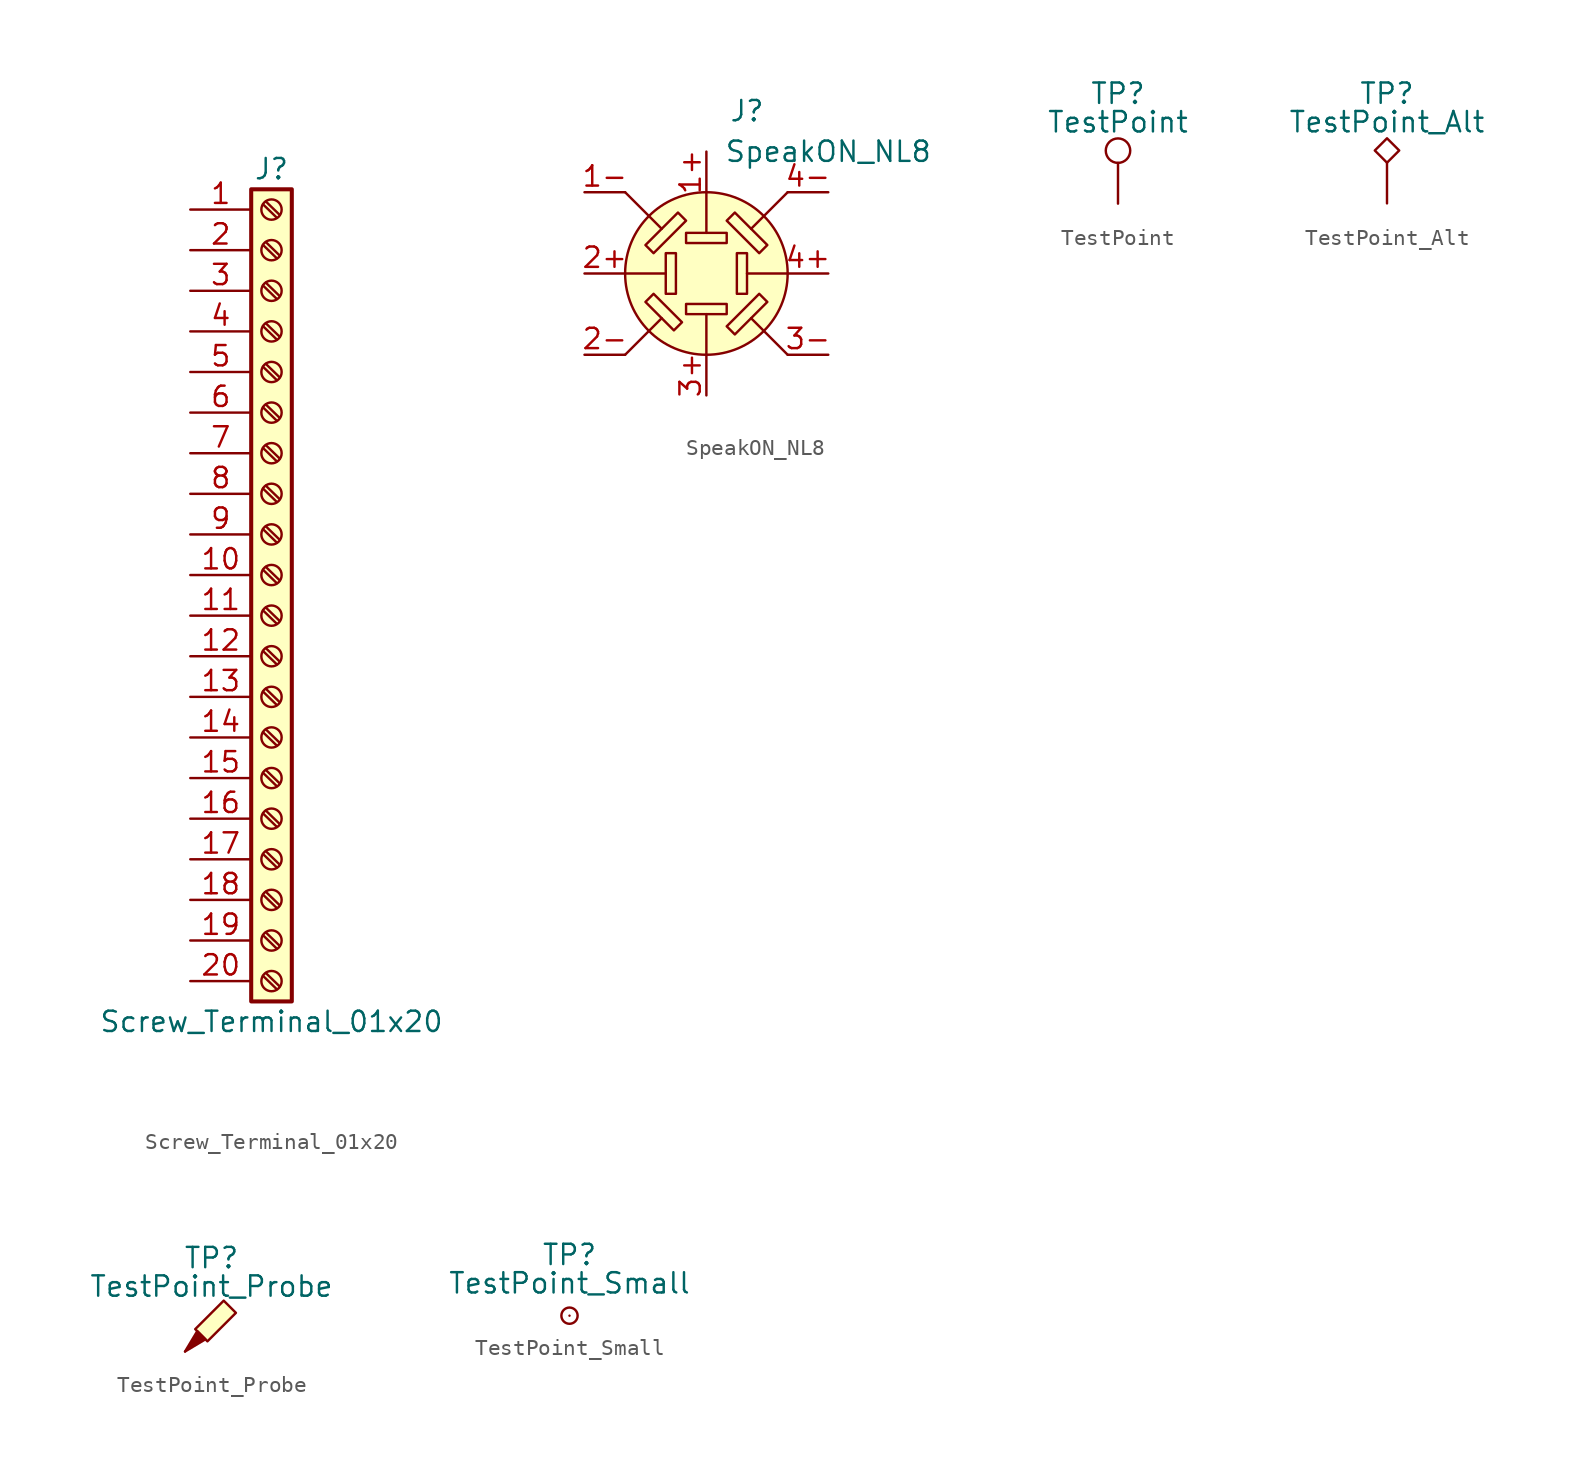
<source format=kicad_sym>
(kicad_symbol_lib
  (version 20211014)
  (generator kicad_symbol_editor)
  (symbol "Screw_Terminal_01x20"
    (pin_names
      (offset 1.016) hide)
    (property "Reference" "J"
      (at 0 25.4 0)
      (effects (font (size 1.27 1.27))))
    (property "Value" "Screw_Terminal_01x20"
      (at 0 -27.94 0)
      (effects (font (size 1.27 1.27))))
    (symbol "Screw_Terminal_01x20_1_1"
      (rectangle (start -1.27 24.13) (end 1.27 -26.67) (stroke (width 0.254) (type default) (color 0 0 0 0)) (fill (type background)))
      (circle (center 0 -25.4) (radius 0.635) (stroke (width 0.152) (type default) (color 0 0 0 0)) (fill (type none)))
      (circle (center 0 -22.86) (radius 0.635) (stroke (width 0.152) (type default) (color 0 0 0 0)) (fill (type none)))
      (circle (center 0 -20.32) (radius 0.635) (stroke (width 0.152) (type default) (color 0 0 0 0)) (fill (type none)))
      (circle (center 0 -17.78) (radius 0.635) (stroke (width 0.152) (type default) (color 0 0 0 0)) (fill (type none)))
      (circle (center 0 -15.24) (radius 0.635) (stroke (width 0.152) (type default) (color 0 0 0 0)) (fill (type none)))
      (circle (center 0 -12.7) (radius 0.635) (stroke (width 0.152) (type default) (color 0 0 0 0)) (fill (type none)))
      (circle (center 0 -10.16) (radius 0.635) (stroke (width 0.152) (type default) (color 0 0 0 0)) (fill (type none)))
      (circle (center 0 -7.62) (radius 0.635) (stroke (width 0.152) (type default) (color 0 0 0 0)) (fill (type none)))
      (circle (center 0 -5.08) (radius 0.635) (stroke (width 0.152) (type default) (color 0 0 0 0)) (fill (type none)))
      (circle (center 0 -2.54) (radius 0.635) (stroke (width 0.152) (type default) (color 0 0 0 0)) (fill (type none)))
      (polyline (pts (xy -0.533 -25.07) (xy 0.33 -25.908)) (stroke (width 0.152) (type default) (color 0 0 0 0)) (fill (type none)))
      (polyline (pts (xy -0.533 -22.53) (xy 0.33 -23.368)) (stroke (width 0.152) (type default) (color 0 0 0 0)) (fill (type none)))
      (polyline (pts (xy -0.533 -19.99) (xy 0.33 -20.828)) (stroke (width 0.152) (type default) (color 0 0 0 0)) (fill (type none)))
      (polyline (pts (xy -0.533 -17.45) (xy 0.33 -18.288)) (stroke (width 0.152) (type default) (color 0 0 0 0)) (fill (type none)))
      (polyline (pts (xy -0.533 -14.91) (xy 0.33 -15.748)) (stroke (width 0.152) (type default) (color 0 0 0 0)) (fill (type none)))
      (polyline (pts (xy -0.533 -12.37) (xy 0.33 -13.208)) (stroke (width 0.152) (type default) (color 0 0 0 0)) (fill (type none)))
      (polyline (pts (xy -0.533 -9.83) (xy 0.33 -10.668)) (stroke (width 0.152) (type default) (color 0 0 0 0)) (fill (type none)))
      (polyline (pts (xy -0.533 -7.29) (xy 0.33 -8.128)) (stroke (width 0.152) (type default) (color 0 0 0 0)) (fill (type none)))
      (polyline (pts (xy -0.533 -4.75) (xy 0.33 -5.588)) (stroke (width 0.152) (type default) (color 0 0 0 0)) (fill (type none)))
      (polyline (pts (xy -0.533 -2.21) (xy 0.33 -3.048)) (stroke (width 0.152) (type default) (color 0 0 0 0)) (fill (type none)))
      (polyline (pts (xy -0.533 0.33) (xy 0.33 -0.508)) (stroke (width 0.152) (type default) (color 0 0 0 0)) (fill (type none)))
      (polyline (pts (xy -0.533 2.87) (xy 0.33 2.032)) (stroke (width 0.152) (type default) (color 0 0 0 0)) (fill (type none)))
      (polyline (pts (xy -0.533 5.41) (xy 0.33 4.572)) (stroke (width 0.152) (type default) (color 0 0 0 0)) (fill (type none)))
      (polyline (pts (xy -0.533 7.95) (xy 0.33 7.112)) (stroke (width 0.152) (type default) (color 0 0 0 0)) (fill (type none)))
      (polyline (pts (xy -0.533 10.49) (xy 0.33 9.652)) (stroke (width 0.152) (type default) (color 0 0 0 0)) (fill (type none)))
      (polyline (pts (xy -0.533 13.03) (xy 0.33 12.192)) (stroke (width 0.152) (type default) (color 0 0 0 0)) (fill (type none)))
      (polyline (pts (xy -0.533 15.57) (xy 0.33 14.732)) (stroke (width 0.152) (type default) (color 0 0 0 0)) (fill (type none)))
      (polyline (pts (xy -0.533 18.11) (xy 0.33 17.272)) (stroke (width 0.152) (type default) (color 0 0 0 0)) (fill (type none)))
      (polyline (pts (xy -0.533 20.65) (xy 0.33 19.812)) (stroke (width 0.152) (type default) (color 0 0 0 0)) (fill (type none)))
      (polyline (pts (xy -0.533 23.19) (xy 0.33 22.352)) (stroke (width 0.152) (type default) (color 0 0 0 0)) (fill (type none)))
      (polyline (pts (xy -0.356 -24.892) (xy 0.508 -25.73)) (stroke (width 0.152) (type default) (color 0 0 0 0)) (fill (type none)))
      (polyline (pts (xy -0.356 -22.352) (xy 0.508 -23.19)) (stroke (width 0.152) (type default) (color 0 0 0 0)) (fill (type none)))
      (polyline (pts (xy -0.356 -19.812) (xy 0.508 -20.65)) (stroke (width 0.152) (type default) (color 0 0 0 0)) (fill (type none)))
      (polyline (pts (xy -0.356 -17.272) (xy 0.508 -18.11)) (stroke (width 0.152) (type default) (color 0 0 0 0)) (fill (type none)))
      (polyline (pts (xy -0.356 -14.732) (xy 0.508 -15.57)) (stroke (width 0.152) (type default) (color 0 0 0 0)) (fill (type none)))
      (polyline (pts (xy -0.356 -12.192) (xy 0.508 -13.03)) (stroke (width 0.152) (type default) (color 0 0 0 0)) (fill (type none)))
      (polyline (pts (xy -0.356 -9.652) (xy 0.508 -10.49)) (stroke (width 0.152) (type default) (color 0 0 0 0)) (fill (type none)))
      (polyline (pts (xy -0.356 -7.112) (xy 0.508 -7.95)) (stroke (width 0.152) (type default) (color 0 0 0 0)) (fill (type none)))
      (polyline (pts (xy -0.356 -4.572) (xy 0.508 -5.41)) (stroke (width 0.152) (type default) (color 0 0 0 0)) (fill (type none)))
      (polyline (pts (xy -0.356 -2.032) (xy 0.508 -2.87)) (stroke (width 0.152) (type default) (color 0 0 0 0)) (fill (type none)))
      (polyline (pts (xy -0.356 0.508) (xy 0.508 -0.33)) (stroke (width 0.152) (type default) (color 0 0 0 0)) (fill (type none)))
      (polyline (pts (xy -0.356 3.048) (xy 0.508 2.21)) (stroke (width 0.152) (type default) (color 0 0 0 0)) (fill (type none)))
      (polyline (pts (xy -0.356 5.588) (xy 0.508 4.75)) (stroke (width 0.152) (type default) (color 0 0 0 0)) (fill (type none)))
      (polyline (pts (xy -0.356 8.128) (xy 0.508 7.29)) (stroke (width 0.152) (type default) (color 0 0 0 0)) (fill (type none)))
      (polyline (pts (xy -0.356 10.668) (xy 0.508 9.83)) (stroke (width 0.152) (type default) (color 0 0 0 0)) (fill (type none)))
      (polyline (pts (xy -0.356 13.208) (xy 0.508 12.37)) (stroke (width 0.152) (type default) (color 0 0 0 0)) (fill (type none)))
      (polyline (pts (xy -0.356 15.748) (xy 0.508 14.91)) (stroke (width 0.152) (type default) (color 0 0 0 0)) (fill (type none)))
      (polyline (pts (xy -0.356 18.288) (xy 0.508 17.45)) (stroke (width 0.152) (type default) (color 0 0 0 0)) (fill (type none)))
      (polyline (pts (xy -0.356 20.828) (xy 0.508 19.99)) (stroke (width 0.152) (type default) (color 0 0 0 0)) (fill (type none)))
      (polyline (pts (xy -0.356 23.368) (xy 0.508 22.53)) (stroke (width 0.152) (type default) (color 0 0 0 0)) (fill (type none)))
      (circle (center 0 0) (radius 0.635) (stroke (width 0.152) (type default) (color 0 0 0 0)) (fill (type none)))
      (circle (center 0 2.54) (radius 0.635) (stroke (width 0.152) (type default) (color 0 0 0 0)) (fill (type none)))
      (circle (center 0 5.08) (radius 0.635) (stroke (width 0.152) (type default) (color 0 0 0 0)) (fill (type none)))
      (circle (center 0 7.62) (radius 0.635) (stroke (width 0.152) (type default) (color 0 0 0 0)) (fill (type none)))
      (circle (center 0 10.16) (radius 0.635) (stroke (width 0.152) (type default) (color 0 0 0 0)) (fill (type none)))
      (circle (center 0 12.7) (radius 0.635) (stroke (width 0.152) (type default) (color 0 0 0 0)) (fill (type none)))
      (circle (center 0 15.24) (radius 0.635) (stroke (width 0.152) (type default) (color 0 0 0 0)) (fill (type none)))
      (circle (center 0 17.78) (radius 0.635) (stroke (width 0.152) (type default) (color 0 0 0 0)) (fill (type none)))
      (circle (center 0 20.32) (radius 0.635) (stroke (width 0.152) (type default) (color 0 0 0 0)) (fill (type none)))
      (circle (center 0 22.86) (radius 0.635) (stroke (width 0.152) (type default) (color 0 0 0 0)) (fill (type none)))
      (pin passive line (at -5.08 22.86 0) (length 3.81) (name "Pin_1" (effects (font (size 1.27 1.27)))) (number "1" (effects (font (size 1.27 1.27)))))
      (pin passive line (at -5.08 0 0) (length 3.81) (name "Pin_10" (effects (font (size 1.27 1.27)))) (number "10" (effects (font (size 1.27 1.27)))))
      (pin passive line (at -5.08 -2.54 0) (length 3.81) (name "Pin_11" (effects (font (size 1.27 1.27)))) (number "11" (effects (font (size 1.27 1.27)))))
      (pin passive line (at -5.08 -5.08 0) (length 3.81) (name "Pin_12" (effects (font (size 1.27 1.27)))) (number "12" (effects (font (size 1.27 1.27)))))
      (pin passive line (at -5.08 -7.62 0) (length 3.81) (name "Pin_13" (effects (font (size 1.27 1.27)))) (number "13" (effects (font (size 1.27 1.27)))))
      (pin passive line (at -5.08 -10.16 0) (length 3.81) (name "Pin_14" (effects (font (size 1.27 1.27)))) (number "14" (effects (font (size 1.27 1.27)))))
      (pin passive line (at -5.08 -12.7 0) (length 3.81) (name "Pin_15" (effects (font (size 1.27 1.27)))) (number "15" (effects (font (size 1.27 1.27)))))
      (pin passive line (at -5.08 -15.24 0) (length 3.81) (name "Pin_16" (effects (font (size 1.27 1.27)))) (number "16" (effects (font (size 1.27 1.27)))))
      (pin passive line (at -5.08 -17.78 0) (length 3.81) (name "Pin_17" (effects (font (size 1.27 1.27)))) (number "17" (effects (font (size 1.27 1.27)))))
      (pin passive line (at -5.08 -20.32 0) (length 3.81) (name "Pin_18" (effects (font (size 1.27 1.27)))) (number "18" (effects (font (size 1.27 1.27)))))
      (pin passive line (at -5.08 -22.86 0) (length 3.81) (name "Pin_19" (effects (font (size 1.27 1.27)))) (number "19" (effects (font (size 1.27 1.27)))))
      (pin passive line (at -5.08 20.32 0) (length 3.81) (name "Pin_2" (effects (font (size 1.27 1.27)))) (number "2" (effects (font (size 1.27 1.27)))))
      (pin passive line (at -5.08 -25.4 0) (length 3.81) (name "Pin_20" (effects (font (size 1.27 1.27)))) (number "20" (effects (font (size 1.27 1.27)))))
      (pin passive line (at -5.08 17.78 0) (length 3.81) (name "Pin_3" (effects (font (size 1.27 1.27)))) (number "3" (effects (font (size 1.27 1.27)))))
      (pin passive line (at -5.08 15.24 0) (length 3.81) (name "Pin_4" (effects (font (size 1.27 1.27)))) (number "4" (effects (font (size 1.27 1.27)))))
      (pin passive line (at -5.08 12.7 0) (length 3.81) (name "Pin_5" (effects (font (size 1.27 1.27)))) (number "5" (effects (font (size 1.27 1.27)))))
      (pin passive line (at -5.08 10.16 0) (length 3.81) (name "Pin_6" (effects (font (size 1.27 1.27)))) (number "6" (effects (font (size 1.27 1.27)))))
      (pin passive line (at -5.08 7.62 0) (length 3.81) (name "Pin_7" (effects (font (size 1.27 1.27)))) (number "7" (effects (font (size 1.27 1.27)))))
      (pin passive line (at -5.08 5.08 0) (length 3.81) (name "Pin_8" (effects (font (size 1.27 1.27)))) (number "8" (effects (font (size 1.27 1.27)))))
      (pin passive line (at -5.08 2.54 0) (length 3.81) (name "Pin_9" (effects (font (size 1.27 1.27)))) (number "9" (effects (font (size 1.27 1.27)))))))
  (symbol "SpeakON_NL8"
    (pin_names hide)
    (property "Reference" "J"
      (at 2.54 10.16 0)
      (effects (font (size 1.27 1.27))))
    (property "Value" "SpeakON_NL8"
      (at 7.62 7.62 0)
      (effects (font (size 1.27 1.27))))
    (symbol "SpeakON_NL8_0_1"
      (rectangle (start -2.54 1.27) (end -1.905 -1.27) (stroke (width 0) (type default) (color 0 0 0 0)) (fill (type none)))
      (rectangle (start -1.27 -2.54) (end 1.27 -1.905) (stroke (width 0) (type default) (color 0 0 0 0)) (fill (type none)))
      (rectangle (start -1.27 2.54) (end 1.27 1.905) (stroke (width 0) (type default) (color 0 0 0 0)) (fill (type none)))
      (polyline (pts (xy -5.08 -5.08) (xy -2.794 -2.794)) (stroke (width 0) (type default) (color 0 0 0 0)) (fill (type none)))
      (polyline (pts (xy -5.08 0) (xy -2.54 0)) (stroke (width 0) (type default) (color 0 0 0 0)) (fill (type none)))
      (polyline (pts (xy -2.794 2.794) (xy -5.08 5.08)) (stroke (width 0) (type default) (color 0 0 0 0)) (fill (type none)))
      (polyline (pts (xy 0 -5.08) (xy 0 -2.54)) (stroke (width 0) (type default) (color 0 0 0 0)) (fill (type none)))
      (polyline (pts (xy 0 5.08) (xy 0 2.54)) (stroke (width 0) (type default) (color 0 0 0 0)) (fill (type none)))
      (polyline (pts (xy 5.08 -5.08) (xy 2.794 -2.794)) (stroke (width 0) (type default) (color 0 0 0 0)) (fill (type none)))
      (polyline (pts (xy 5.08 0) (xy 2.54 0)) (stroke (width 0) (type default) (color 0 0 0 0)) (fill (type none)))
      (polyline (pts (xy 5.08 5.08) (xy 2.794 2.794)) (stroke (width 0) (type default) (color 0 0 0 0)) (fill (type none)))
      (polyline (pts (xy -3.302 -1.27) (xy -1.524 -3.048) (xy -2.032 -3.556) (xy -3.81 -1.778) (xy -3.302 -1.27)) (stroke (width 0) (type default) (color 0 0 0 0)) (fill (type none)))
      (polyline (pts (xy -1.27 3.302) (xy -3.302 1.27) (xy -3.81 1.778) (xy -1.778 3.81) (xy -1.27 3.302)) (stroke (width 0) (type default) (color 0 0 0 0)) (fill (type none)))
      (polyline (pts (xy 1.27 3.302) (xy 3.302 1.27) (xy 3.81 1.778) (xy 1.778 3.81) (xy 1.27 3.302)) (stroke (width 0) (type default) (color 0 0 0 0)) (fill (type none)))
      (polyline (pts (xy 3.302 -1.27) (xy 1.27 -3.302) (xy 1.778 -3.81) (xy 3.81 -1.778) (xy 3.302 -1.27)) (stroke (width 0) (type default) (color 0 0 0 0)) (fill (type none)))
      (circle (center 0 0) (radius 5.08) (stroke (width 0) (type default) (color 0 0 0 0)) (fill (type background)))
      (rectangle (start 2.54 1.27) (end 1.905 -1.27) (stroke (width 0) (type default) (color 0 0 0 0)) (fill (type none)))
      (pin passive line (at -7.62 5.08 0) (length 2.54) (name "1-" (effects (font (size 1.27 1.27)))) (number "1-" (effects (font (size 1.27 1.27)))))
      (pin passive line (at -7.62 0 0) (length 2.54) (name "2+" (effects (font (size 1.27 1.27)))) (number "2+" (effects (font (size 1.27 1.27)))))
      (pin passive line (at -7.62 -5.08 0) (length 2.54) (name "2-" (effects (font (size 1.27 1.27)))) (number "2-" (effects (font (size 1.27 1.27)))))
      (pin passive line (at 0 -7.62 90) (length 2.54) (name "3+" (effects (font (size 1.27 1.27)))) (number "3+" (effects (font (size 1.27 1.27)))))
      (pin passive line (at 7.62 -5.08 180) (length 2.54) (name "3-" (effects (font (size 1.27 1.27)))) (number "3-" (effects (font (size 1.27 1.27)))))
      (pin passive line (at 7.62 0 180) (length 2.54) (name "4+" (effects (font (size 1.27 1.27)))) (number "4+" (effects (font (size 1.27 1.27)))))
      (pin passive line (at 7.62 5.08 180) (length 2.54) (name "4-" (effects (font (size 1.27 1.27)))) (number "4-" (effects (font (size 1.27 1.27))))))
    (symbol "SpeakON_NL8_1_1"
      (pin passive line (at 0 7.62 270) (length 2.54) (name "1+" (effects (font (size 1.27 1.27)))) (number "1+" (effects (font (size 1.27 1.27)))))))
  (symbol "TestPoint"
    (pin_numbers hide)
    (pin_names
      (offset 0.762) hide)
    (property "Reference" "TP"
      (at 0 6.858 0)
      (effects (font (size 1.27 1.27))))
    (property "Value" "TestPoint"
      (at 0 5.08 0)
      (effects (font (size 1.27 1.27))))
    (symbol "TestPoint_0_1"
      (circle (center 0 3.302) (radius 0.762) (stroke (width 0) (type default) (color 0 0 0 0)) (fill (type none))))
    (symbol "TestPoint_1_1"
      (pin passive line (at 0 0 90) (length 2.54) (name "1" (effects (font (size 1.27 1.27)))) (number "1" (effects (font (size 1.27 1.27)))))))
  (symbol "TestPoint_Alt"
    (pin_numbers hide)
    (pin_names
      (offset 0.762) hide)
    (property "Reference" "TP"
      (at 0 6.858 0)
      (effects (font (size 1.27 1.27))))
    (property "Value" "TestPoint_Alt"
      (at 0 5.08 0)
      (effects (font (size 1.27 1.27))))
    (symbol "TestPoint_Alt_0_1"
      (polyline (pts (xy 0 2.54) (xy -0.762 3.302) (xy 0 4.064) (xy 0.762 3.302) (xy 0 2.54)) (stroke (width 0) (type default) (color 0 0 0 0)) (fill (type none))))
    (symbol "TestPoint_Alt_1_1"
      (pin passive line (at 0 0 90) (length 2.54) (name "1" (effects (font (size 1.27 1.27)))) (number "1" (effects (font (size 1.27 1.27)))))))
  (symbol "TestPoint_Probe"
    (pin_numbers hide)
    (pin_names
      (offset 0.762) hide)
    (property "Reference" "TP"
      (at 1.651 5.842 0)
      (effects (font (size 1.27 1.27))))
    (property "Value" "TestPoint_Probe"
      (at 1.651 4.064 0)
      (effects (font (size 1.27 1.27))))
    (symbol "TestPoint_Probe_0_1"
      (polyline (pts (xy 1.27 0.762) (xy 0 0) (xy 0.762 1.27) (xy 1.27 0.762)) (stroke (width 0) (type default) (color 0 0 0 0)) (fill (type outline)))
      (polyline (pts (xy 1.397 0.635) (xy 0.635 1.397) (xy 2.413 3.175) (xy 3.175 2.413) (xy 1.397 0.635)) (stroke (width 0) (type default) (color 0 0 0 0)) (fill (type background))))
    (symbol "TestPoint_Probe_1_1"
      (pin passive line (at 0 0 90) (length 0) (name "1" (effects (font (size 1.27 1.27)))) (number "1" (effects (font (size 1.27 1.27)))))))
  (symbol "TestPoint_Small"
    (pin_numbers hide)
    (pin_names
      (offset 0.762) hide)
    (property "Reference" "TP"
      (at 0 3.81 0)
      (effects (font (size 1.27 1.27))))
    (property "Value" "TestPoint_Small"
      (at 0 2.032 0)
      (effects (font (size 1.27 1.27))))
    (symbol "TestPoint_Small_0_1"
      (circle (center 0 0) (radius 0.508) (stroke (width 0) (type default) (color 0 0 0 0)) (fill (type none))))
    (symbol "TestPoint_Small_1_1"
      (pin passive line (at 0 0 90) (length 0) (name "1" (effects (font (size 1.27 1.27)))) (number "1" (effects (font (size 1.27 1.27))))))))
</source>
